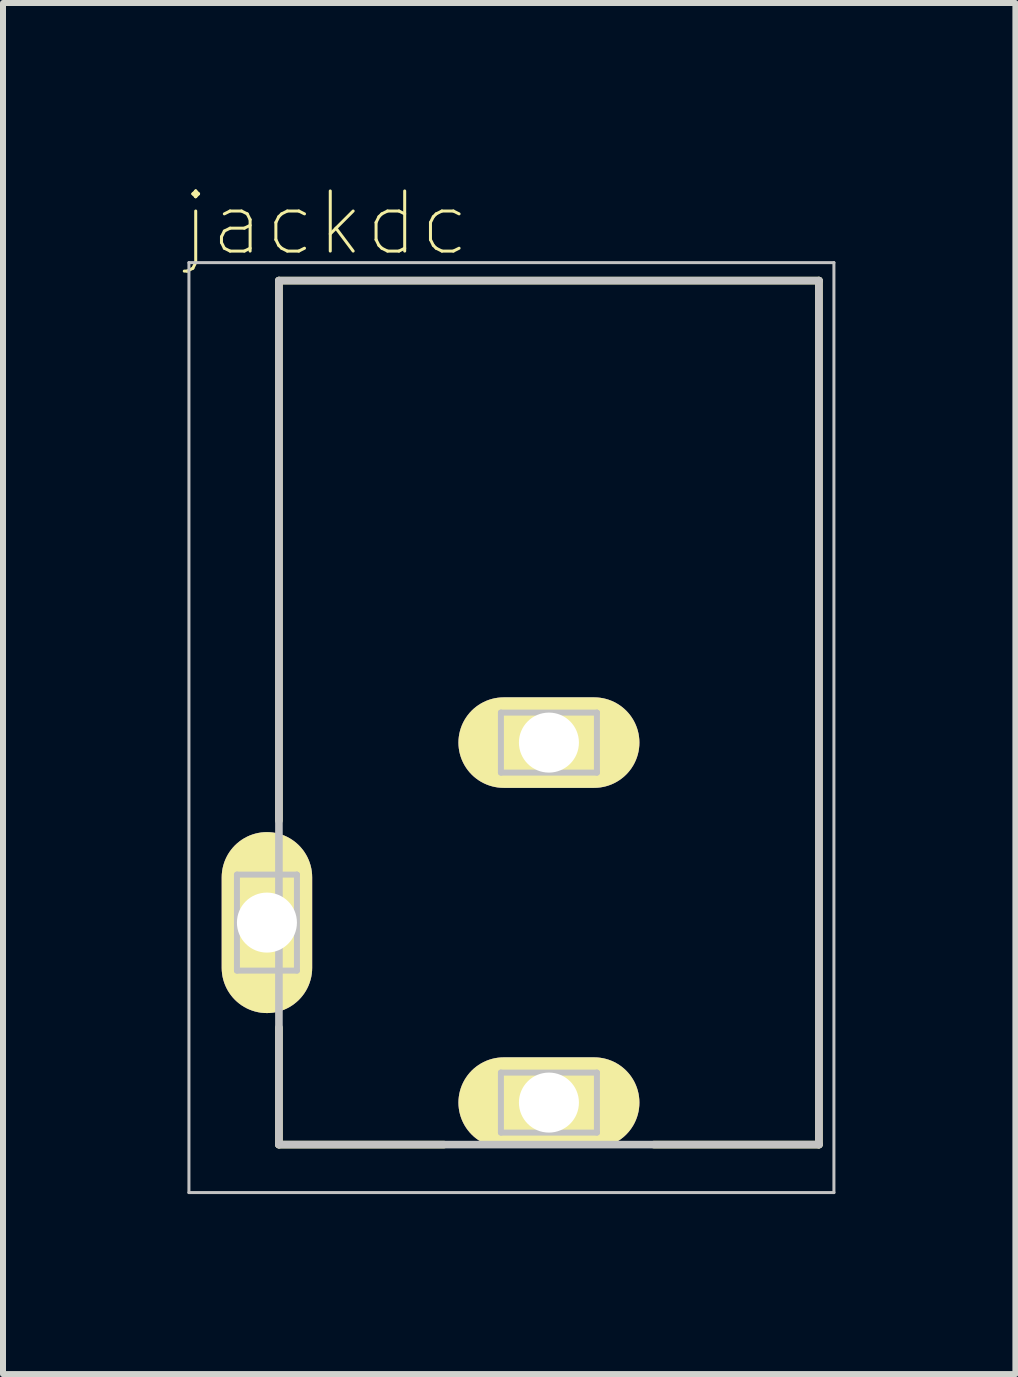
<source format=kicad_pcb>
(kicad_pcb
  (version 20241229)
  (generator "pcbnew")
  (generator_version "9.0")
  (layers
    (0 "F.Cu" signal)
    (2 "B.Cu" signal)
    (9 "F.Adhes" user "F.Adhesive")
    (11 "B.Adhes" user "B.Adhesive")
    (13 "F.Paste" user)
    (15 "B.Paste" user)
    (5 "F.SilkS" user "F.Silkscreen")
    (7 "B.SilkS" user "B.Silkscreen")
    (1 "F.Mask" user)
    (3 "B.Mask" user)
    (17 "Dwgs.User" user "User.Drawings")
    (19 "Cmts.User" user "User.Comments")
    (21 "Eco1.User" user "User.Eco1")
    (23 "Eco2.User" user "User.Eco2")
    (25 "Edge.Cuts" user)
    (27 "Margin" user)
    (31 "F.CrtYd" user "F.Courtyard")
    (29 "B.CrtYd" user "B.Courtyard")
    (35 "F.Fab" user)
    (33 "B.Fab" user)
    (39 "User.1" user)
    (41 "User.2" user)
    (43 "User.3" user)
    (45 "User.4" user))
  (footprint "jackdc"
    (layer "F.Cu")
    (at 6.099 12.327)
    (property "Reference" "jackdc" (at -3.716 -11.653 0) (layer "F.SilkS") (effects (font (size 1.002 1.002) (thickness 0.05))))
    (attr through_hole)
    (fp_line (start -4.5 -10.7) (end -4.5 -1.7) (stroke (width 0.127) (type solid)) (layer "F.SilkS"))
    (fp_line (start -4.5 -10.7) (end 4.5 -10.7) (stroke (width 0.127) (type solid)) (layer "F.SilkS"))
    (fp_line (start -4.5 1.75) (end -4.5 3.7) (stroke (width 0.127) (type solid)) (layer "F.SilkS"))
    (fp_line (start -4.5 3.7) (end -1.75 3.7) (stroke (width 0.127) (type solid)) (layer "F.SilkS"))
    (fp_line (start 4.5 -10.7) (end 4.5 3.7) (stroke (width 0.127) (type solid)) (layer "F.SilkS"))
    (fp_line (start 4.5 3.7) (end 1.75 3.7) (stroke (width 0.127) (type solid)) (layer "F.SilkS"))
    (fp_line (start -6 -11) (end -6 4.5) (stroke (width 0.05) (type solid)) (layer "Dwgs.User"))
    (fp_line (start -6 4.5) (end 4.75 4.5) (stroke (width 0.05) (type solid)) (layer "Dwgs.User"))
    (fp_line (start -5.2 -0.8) (end -4.2 -0.8) (stroke (width 0.1) (type solid)) (layer "Dwgs.User"))
    (fp_line (start -5.2 0.8) (end -5.2 -0.8) (stroke (width 0.1) (type solid)) (layer "Dwgs.User"))
    (fp_line (start -4.5 -10.7) (end 4.5 -10.7) (stroke (width 0.127) (type solid)) (layer "Dwgs.User"))
    (fp_line (start -4.5 3.7) (end -4.5 -10.7) (stroke (width 0.127) (type solid)) (layer "Dwgs.User"))
    (fp_line (start -4.5 3.7) (end 4.5 3.7) (stroke (width 0.127) (type solid)) (layer "Dwgs.User"))
    (fp_line (start -4.2 -0.8) (end -4.2 0.8) (stroke (width 0.1) (type solid)) (layer "Dwgs.User"))
    (fp_line (start -4.2 0.8) (end -5.2 0.8) (stroke (width 0.1) (type solid)) (layer "Dwgs.User"))
    (fp_line (start -0.8 -3.5) (end 0.8 -3.5) (stroke (width 0.1) (type solid)) (layer "Dwgs.User"))
    (fp_line (start -0.8 -2.5) (end -0.8 -3.5) (stroke (width 0.1) (type solid)) (layer "Dwgs.User"))
    (fp_line (start -0.8 2.5) (end 0.8 2.5) (stroke (width 0.1) (type solid)) (layer "Dwgs.User"))
    (fp_line (start -0.8 3.5) (end -0.8 2.5) (stroke (width 0.1) (type solid)) (layer "Dwgs.User"))
    (fp_line (start 0.8 -3.5) (end 0.8 -2.5) (stroke (width 0.1) (type solid)) (layer "Dwgs.User"))
    (fp_line (start 0.8 -2.5) (end -0.8 -2.5) (stroke (width 0.1) (type solid)) (layer "Dwgs.User"))
    (fp_line (start 0.8 2.5) (end 0.8 3.5) (stroke (width 0.1) (type solid)) (layer "Dwgs.User"))
    (fp_line (start 0.8 3.5) (end -0.8 3.5) (stroke (width 0.1) (type solid)) (layer "Dwgs.User"))
    (fp_line (start 4.5 3.7) (end 4.5 -10.7) (stroke (width 0.127) (type solid)) (layer "Dwgs.User"))
    (fp_line (start 4.75 -11) (end -6 -11) (stroke (width 0.05) (type solid)) (layer "Dwgs.User"))
    (fp_line (start 4.75 4.5) (end 4.75 -11) (stroke (width 0.05) (type solid)) (layer "Dwgs.User"))
    (pad "1" thru_hole oval (at 0 3) (size 3.016 1.508) (drill 1) (layers "*.Cu" "*.Mask" "F.SilkS"))
    (pad "2" thru_hole oval (at 0 -3) (size 3.016 1.508) (drill 1) (layers "*.Cu" "*.Mask" "F.SilkS"))
    (pad "3" thru_hole oval (at -4.7 0 90) (size 3.016 1.508) (drill 1) (layers "*.Cu" "*.Mask" "F.SilkS")))
  (gr_rect
    (start -3 -3)
    (end 13.874 19.852)
    (stroke (width 0.1) (type default))
    (fill no)
    (layer "Edge.Cuts")))
</source>
